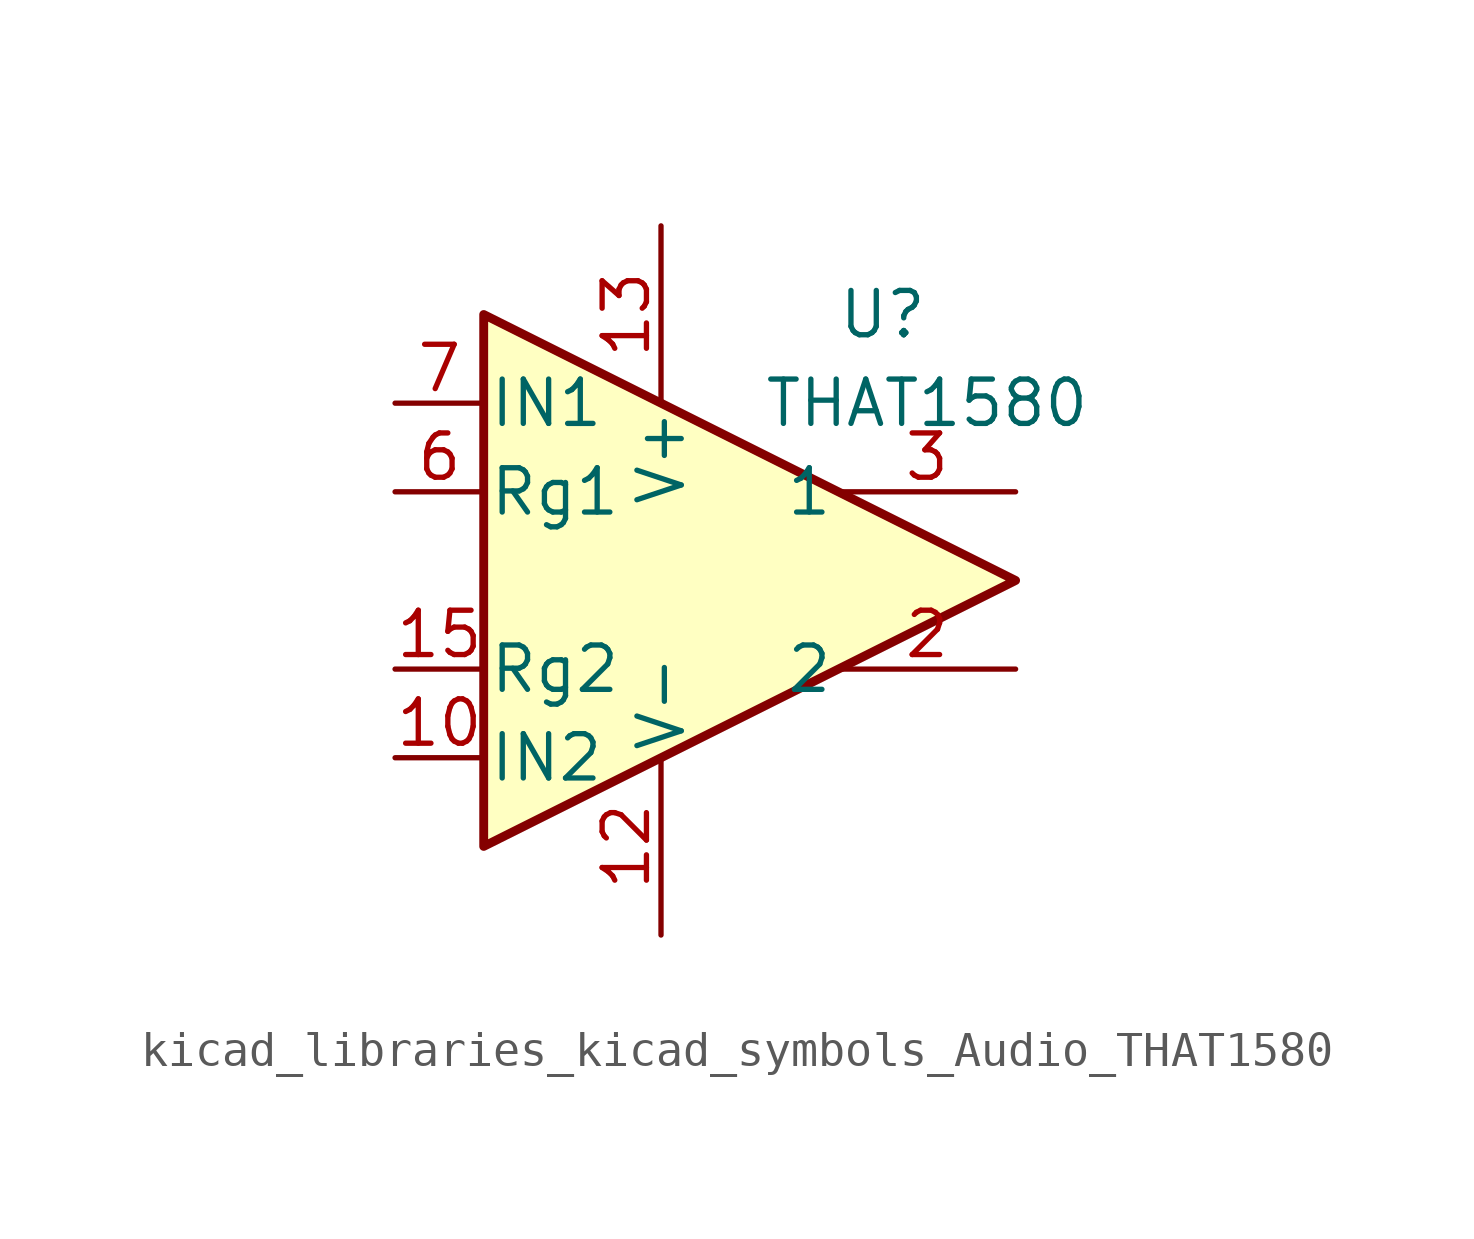
<source format=kicad_sym>
(kicad_symbol_lib
  (version 20220914)
  (generator kicad_symbol_editor)
  (symbol "kicad_libraries_kicad_symbols_Audio_THAT1580"
    (pin_names
      (offset 0.127))
    (property "Reference" "U"
      (at 3.81 7.62 0)
      (effects (font (size 1.27 1.27))))
    (property "Value" "THAT1580"
      (at 5.08 5.08 0)
      (effects (font (size 1.27 1.27))))
    (symbol "kicad_libraries_kicad_symbols_Audio_THAT1580_0_1"
      (polyline (pts (xy -7.62 7.62) (xy -7.62 -7.62) (xy 7.62 0) (xy -7.62 7.62)) (stroke (width 0.254) (type default)) (fill (type background))))
    (symbol "kicad_libraries_kicad_symbols_Audio_THAT1580_1_1"
      (pin input line (at -10.16 -5.08 0) (length 2.54) (name "IN2" (effects (font (size 1.27 1.27)))) (number "10" (effects (font (size 1.27 1.27)))))
      (pin power_in line (at -2.54 -10.16 90) (length 5.08) (name "V-" (effects (font (size 1.27 1.27)))) (number "12" (effects (font (size 1.27 1.27)))))
      (pin power_in line (at -2.54 10.16 270) (length 5.08) (name "V+" (effects (font (size 1.27 1.27)))) (number "13" (effects (font (size 1.27 1.27)))))
      (pin passive line (at -10.16 -2.54 0) (length 2.54) (name "Rg2" (effects (font (size 1.27 1.27)))) (number "15" (effects (font (size 1.27 1.27)))))
      (pin passive line (at -2.54 -10.16 90) (length 5.08) hide (name "V-" (effects (font (size 1.27 1.27)))) (number "17" (effects (font (size 1.27 1.27)))))
      (pin output line (at 7.62 -2.54 180) (length 5.08) (name "2" (effects (font (size 1.27 1.27)))) (number "2" (effects (font (size 1.27 1.27)))))
      (pin output line (at 7.62 2.54 180) (length 5.08) (name "1" (effects (font (size 1.27 1.27)))) (number "3" (effects (font (size 1.27 1.27)))))
      (pin passive line (at -10.16 2.54 0) (length 2.54) (name "Rg1" (effects (font (size 1.27 1.27)))) (number "6" (effects (font (size 1.27 1.27)))))
      (pin input line (at -10.16 5.08 0) (length 2.54) (name "IN1" (effects (font (size 1.27 1.27)))) (number "7" (effects (font (size 1.27 1.27))))))))
</source>
